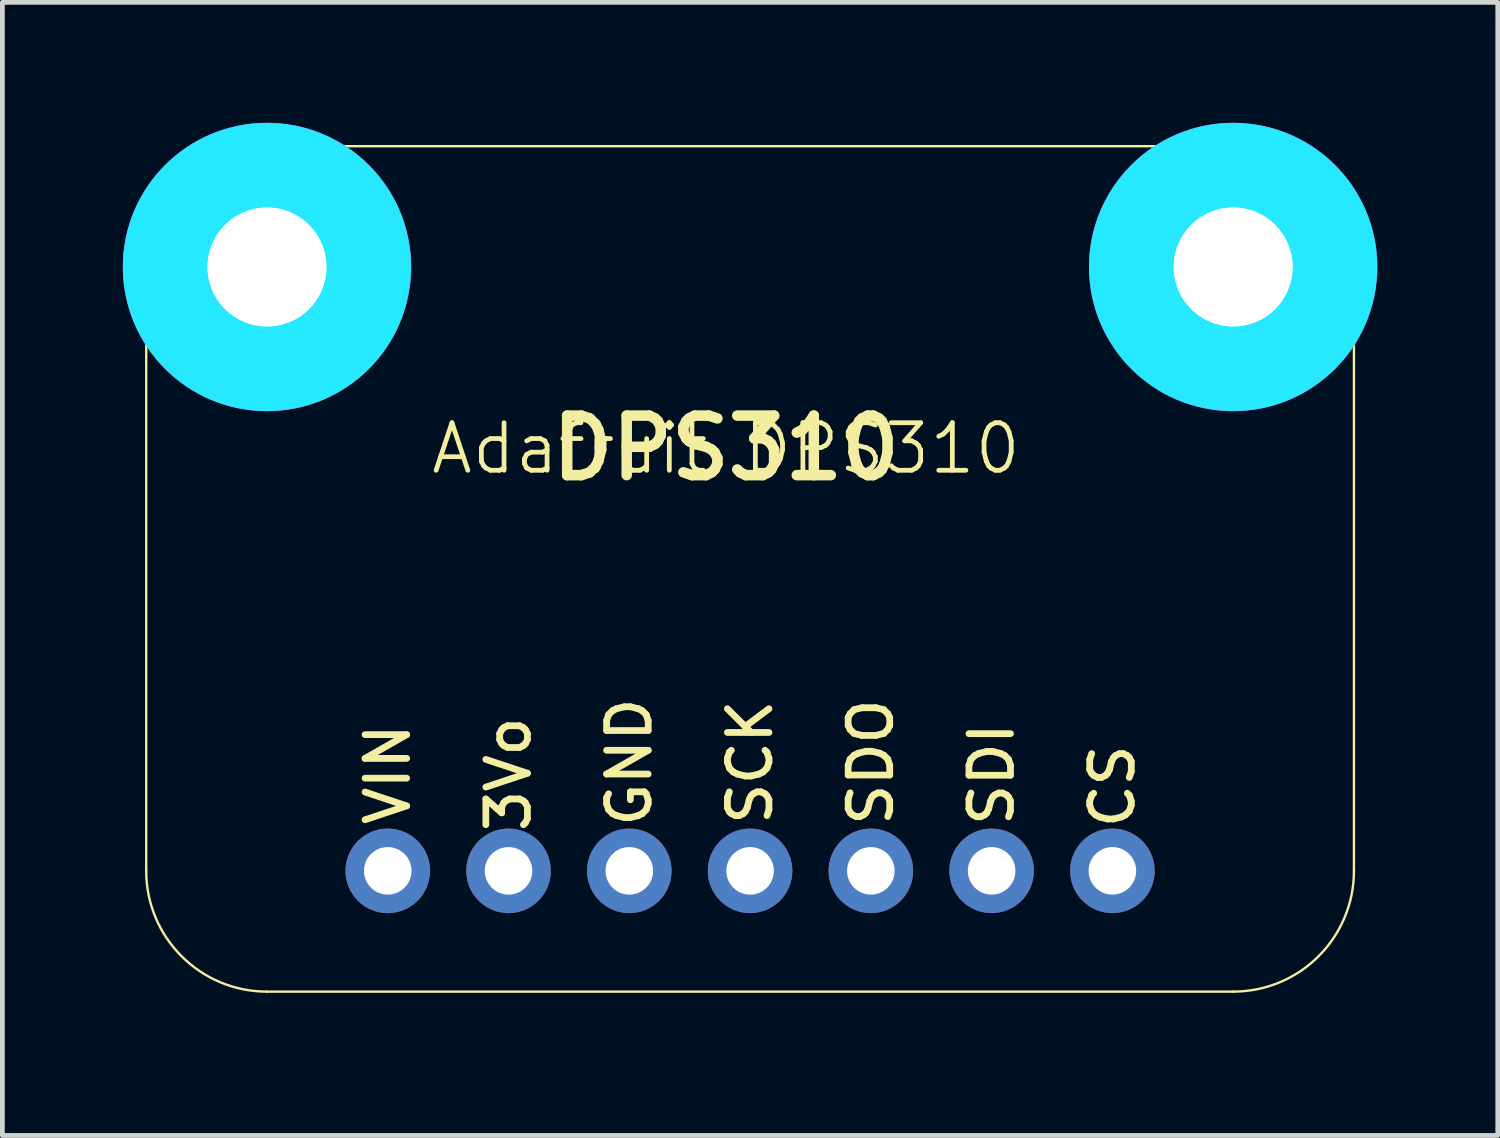
<source format=kicad_pcb>
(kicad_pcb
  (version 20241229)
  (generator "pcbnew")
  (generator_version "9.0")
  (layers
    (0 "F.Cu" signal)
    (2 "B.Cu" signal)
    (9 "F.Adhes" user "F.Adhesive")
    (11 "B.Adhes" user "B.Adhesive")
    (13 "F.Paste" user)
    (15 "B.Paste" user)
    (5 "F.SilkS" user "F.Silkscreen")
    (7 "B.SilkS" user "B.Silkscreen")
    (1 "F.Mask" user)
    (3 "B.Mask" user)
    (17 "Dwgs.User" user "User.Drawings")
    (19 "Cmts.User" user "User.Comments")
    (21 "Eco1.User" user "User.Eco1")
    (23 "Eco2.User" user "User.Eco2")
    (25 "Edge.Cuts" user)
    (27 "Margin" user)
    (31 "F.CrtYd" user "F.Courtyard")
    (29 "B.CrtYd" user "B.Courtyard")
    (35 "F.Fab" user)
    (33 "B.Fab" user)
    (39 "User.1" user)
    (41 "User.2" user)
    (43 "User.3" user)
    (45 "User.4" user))
  (footprint "Adafruit DPS310"
    (layer "F.Cu")
    (at 12.217 6.883)
    (property "Reference" "Adafruit DPS310" (at 0 -0.5 0) (unlocked yes) (layer "F.SilkS") (effects (font (size 1 1) (thickness 0.1))))
    (attr smd)
    (fp_line (start -12.192 -4.318) (end -12.192 8.382) (stroke (width 0.05) (type solid)) (layer "F.SilkS"))
    (fp_line (start -9.652 10.922) (end 10.668 10.922) (stroke (width 0.05) (type solid)) (layer "F.SilkS"))
    (fp_line (start 10.668 -6.858) (end -9.652 -6.858) (stroke (width 0.05) (type solid)) (layer "F.SilkS"))
    (fp_line (start 13.208 8.382) (end 13.208 -4.318) (stroke (width 0.05) (type solid)) (layer "F.SilkS"))
    (fp_arc (start -12.192 -4.318) (mid -11.448051 -6.114051) (end -9.652 -6.858) (stroke (width 0.05) (type solid)) (layer "F.SilkS"))
    (fp_arc (start -9.652 10.922) (mid -11.448051 10.178051) (end -12.192 8.382) (stroke (width 0.05) (type solid)) (layer "F.SilkS"))
    (fp_arc (start 10.668 -6.858) (mid 12.464051 -6.114051) (end 13.208 -4.318) (stroke (width 0.05) (type solid)) (layer "F.SilkS"))
    (fp_arc (start 13.208 8.382) (mid 12.464051 10.178051) (end 10.668 10.922) (stroke (width 0.05) (type solid)) (layer "F.SilkS"))
    (fp_circle (center -9.652 -4.318) (end -7.652 -4.318) (stroke (width 0.203) (type solid)) (fill no) (layer "F.SilkS"))
    (fp_circle (center 10.668 -4.318) (end 12.668 -4.318) (stroke (width 0.203) (type solid)) (fill no) (layer "F.SilkS"))
    (fp_circle (center -9.652 -4.318) (end -8.652 -4.318) (stroke (width 2.032) (type solid)) (fill no) (layer "B.CrtYd"))
    (fp_circle (center 10.668 -4.318) (end 11.668 -4.318) (stroke (width 2.032) (type solid)) (fill no) (layer "B.CrtYd"))
    (fp_circle (center -9.652 -4.318) (end -8.652 -4.318) (stroke (width 2.032) (type solid)) (fill no) (layer "F.CrtYd"))
    (fp_circle (center 10.668 -4.318) (end 11.668 -4.318) (stroke (width 2.032) (type solid)) (fill no) (layer "F.CrtYd"))
    (fp_text user "SCK" (at 0.508 6.096 90) (unlocked yes) (layer "F.SilkS") (effects (font (size 0.874 0.874) (thickness 0.142))))
    (fp_text user "VIN" (at -7.112 6.35 90) (unlocked yes) (layer "F.SilkS") (effects (font (size 0.874 0.874) (thickness 0.142))))
    (fp_text user "CS" (at 8.128 6.604 90) (unlocked yes) (layer "F.SilkS") (effects (font (size 0.874 0.874) (thickness 0.142))))
    (fp_text user "DPS310" (at 0 -0.508 0) (unlocked yes) (layer "F.SilkS") (effects (font (size 1.252 1.252) (thickness 0.221))))
    (fp_text user "3Vo" (at -4.572 6.35 90) (unlocked yes) (layer "F.SilkS") (effects (font (size 0.874 0.874) (thickness 0.142))))
    (fp_text user "SDI" (at 5.588 6.35 90) (unlocked yes) (layer "F.SilkS") (effects (font (size 0.874 0.874) (thickness 0.142))))
    (fp_text user "GND" (at -2.032 6.096 90) (unlocked yes) (layer "F.SilkS") (effects (font (size 0.874 0.874) (thickness 0.142))))
    (fp_text user "SDO" (at 3.048 6.096 90) (unlocked yes) (layer "F.SilkS") (effects (font (size 0.874 0.874) (thickness 0.142))))
    (pad "1" thru_hole circle (at -7.112 8.382 90) (size 1.778 1.778) (drill 1) (layers "*.Cu" "*.Mask"))
    (pad "2" thru_hole circle (at -4.572 8.382 90) (size 1.778 1.778) (drill 1) (layers "*.Cu" "*.Mask"))
    (pad "3" thru_hole circle (at -2.032 8.382 90) (size 1.778 1.778) (drill 1) (layers "*.Cu" "*.Mask"))
    (pad "4" thru_hole circle (at 0.508 8.382 90) (size 1.778 1.778) (drill 1) (layers "*.Cu" "*.Mask"))
    (pad "5" thru_hole circle (at 3.048 8.382 90) (size 1.778 1.778) (drill 1) (layers "*.Cu" "*.Mask"))
    (pad "6" thru_hole circle (at 5.588 8.382 90) (size 1.778 1.778) (drill 1) (layers "*.Cu" "*.Mask"))
    (pad "7" thru_hole circle (at 8.128 8.382 90) (size 1.778 1.778) (drill 1) (layers "*.Cu" "*.Mask"))
    (pad "P$1" thru_hole circle (at -9.652 -4.318) (size 3.2 3.2) (drill 2.5) (layers "*.Cu" "*.Mask"))
    (pad "P$1" thru_hole circle (at -9.652 -4.318) (size 3.2 3.2) (drill 2.5) (layers "*.Cu" "*.Mask"))
    (pad "P$1" thru_hole circle (at 10.668 -4.318) (size 3.2 3.2) (drill 2.5) (layers "*.Cu" "*.Mask"))
    (pad "P$1" thru_hole circle (at 10.668 -4.318) (size 3.2 3.2) (drill 2.5) (layers "*.Cu" "*.Mask"))
    (zone (net_name "") (layer "F.Cu") (hatch edge 0.5) (connect_pads) (min_thickness 0.25) (filled_areas_thickness no) (keepout (tracks not_allowed) (vias not_allowed) (pads not_allowed) (copperpour not_allowed) (footprints allowed)) (placement (enabled no)) (fill) (polygon (pts (xy 4.581 2.565) (xy 4.561 2.284) (xy 4.503 2.009) (xy 4.407 1.745) (xy 4.275 1.497) (xy 4.109 1.269) (xy 3.914 1.067) (xy 3.692 0.894) (xy 3.449 0.753) (xy 3.188 0.648) (xy 2.915 0.58) (xy 2.635 0.55) (xy 2.354 0.56) (xy 2.077 0.609) (xy 1.81 0.696) (xy 1.557 0.819) (xy 1.324 0.976) (xy 1.115 1.165) (xy 0.934 1.38) (xy 0.785 1.619) (xy 0.671 1.875) (xy 0.593 2.146) (xy 0.554 2.424) (xy 0.554 2.706) (xy 0.593 2.984) (xy 0.671 3.255) (xy 0.785 3.511) (xy 0.934 3.75) (xy 1.115 3.965) (xy 1.324 4.154) (xy 1.557 4.311) (xy 1.81 4.434) (xy 2.077 4.521) (xy 2.354 4.57) (xy 2.635 4.58) (xy 2.915 4.55) (xy 3.188 4.482) (xy 3.449 4.377) (xy 3.692 4.236) (xy 3.914 4.063) (xy 4.109 3.861) (xy 4.275 3.633) (xy 4.407 3.385) (xy 4.503 3.121) (xy 4.561 2.846))) (polygon (pts (xy 2.549 2.565) (xy 2.554 2.576) (xy 2.565 2.581) (xy 2.576 2.576) (xy 2.581 2.565) (xy 2.576 2.554) (xy 2.565 2.549) (xy 2.554 2.554))))
    (zone (net_name "") (layer "F.Cu") (hatch edge 0.5) (connect_pads) (min_thickness 0.25) (filled_areas_thickness no) (keepout (tracks not_allowed) (vias not_allowed) (pads not_allowed) (copperpour not_allowed) (footprints allowed)) (placement (enabled no)) (fill) (polygon (pts (xy 24.901 2.565) (xy 24.881 2.284) (xy 24.823 2.009) (xy 24.727 1.745) (xy 24.595 1.497) (xy 24.429 1.269) (xy 24.234 1.067) (xy 24.012 0.894) (xy 23.769 0.753) (xy 23.508 0.648) (xy 23.235 0.58) (xy 22.955 0.55) (xy 22.674 0.56) (xy 22.397 0.609) (xy 22.13 0.696) (xy 21.877 0.819) (xy 21.644 0.976) (xy 21.435 1.165) (xy 21.254 1.38) (xy 21.105 1.619) (xy 20.991 1.875) (xy 20.913 2.146) (xy 20.874 2.424) (xy 20.874 2.706) (xy 20.913 2.984) (xy 20.991 3.255) (xy 21.105 3.511) (xy 21.254 3.75) (xy 21.435 3.965) (xy 21.644 4.154) (xy 21.877 4.311) (xy 22.13 4.434) (xy 22.397 4.521) (xy 22.674 4.57) (xy 22.955 4.58) (xy 23.235 4.55) (xy 23.508 4.482) (xy 23.769 4.377) (xy 24.012 4.236) (xy 24.234 4.063) (xy 24.429 3.861) (xy 24.595 3.633) (xy 24.727 3.385) (xy 24.823 3.121) (xy 24.881 2.846))) (polygon (pts (xy 22.869 2.565) (xy 22.874 2.576) (xy 22.885 2.581) (xy 22.896 2.576) (xy 22.901 2.565) (xy 22.896 2.554) (xy 22.885 2.549) (xy 22.874 2.554))))
    (zone (net_name "") (layer "B.Cu") (hatch edge 0.5) (connect_pads) (min_thickness 0.25) (filled_areas_thickness no) (keepout (tracks not_allowed) (vias not_allowed) (pads not_allowed) (copperpour not_allowed) (footprints allowed)) (placement (enabled no)) (fill) (polygon (pts (xy 4.581 2.565) (xy 4.561 2.284) (xy 4.503 2.009) (xy 4.407 1.745) (xy 4.275 1.497) (xy 4.109 1.269) (xy 3.914 1.067) (xy 3.692 0.894) (xy 3.449 0.753) (xy 3.188 0.648) (xy 2.915 0.58) (xy 2.635 0.55) (xy 2.354 0.56) (xy 2.077 0.609) (xy 1.81 0.696) (xy 1.557 0.819) (xy 1.324 0.976) (xy 1.115 1.165) (xy 0.934 1.38) (xy 0.785 1.619) (xy 0.671 1.875) (xy 0.593 2.146) (xy 0.554 2.424) (xy 0.554 2.706) (xy 0.593 2.984) (xy 0.671 3.255) (xy 0.785 3.511) (xy 0.934 3.75) (xy 1.115 3.965) (xy 1.324 4.154) (xy 1.557 4.311) (xy 1.81 4.434) (xy 2.077 4.521) (xy 2.354 4.57) (xy 2.635 4.58) (xy 2.915 4.55) (xy 3.188 4.482) (xy 3.449 4.377) (xy 3.692 4.236) (xy 3.914 4.063) (xy 4.109 3.861) (xy 4.275 3.633) (xy 4.407 3.385) (xy 4.503 3.121) (xy 4.561 2.846))) (polygon (pts (xy 2.549 2.565) (xy 2.554 2.576) (xy 2.565 2.581) (xy 2.576 2.576) (xy 2.581 2.565) (xy 2.576 2.554) (xy 2.565 2.549) (xy 2.554 2.554))))
    (zone (net_name "") (layer "B.Cu") (hatch edge 0.5) (connect_pads) (min_thickness 0.25) (filled_areas_thickness no) (keepout (tracks not_allowed) (vias not_allowed) (pads not_allowed) (copperpour not_allowed) (footprints allowed)) (placement (enabled no)) (fill) (polygon (pts (xy 24.901 2.565) (xy 24.881 2.284) (xy 24.823 2.009) (xy 24.727 1.745) (xy 24.595 1.497) (xy 24.429 1.269) (xy 24.234 1.067) (xy 24.012 0.894) (xy 23.769 0.753) (xy 23.508 0.648) (xy 23.235 0.58) (xy 22.955 0.55) (xy 22.674 0.56) (xy 22.397 0.609) (xy 22.13 0.696) (xy 21.877 0.819) (xy 21.644 0.976) (xy 21.435 1.165) (xy 21.254 1.38) (xy 21.105 1.619) (xy 20.991 1.875) (xy 20.913 2.146) (xy 20.874 2.424) (xy 20.874 2.706) (xy 20.913 2.984) (xy 20.991 3.255) (xy 21.105 3.511) (xy 21.254 3.75) (xy 21.435 3.965) (xy 21.644 4.154) (xy 21.877 4.311) (xy 22.13 4.434) (xy 22.397 4.521) (xy 22.674 4.57) (xy 22.955 4.58) (xy 23.235 4.55) (xy 23.508 4.482) (xy 23.769 4.377) (xy 24.012 4.236) (xy 24.234 4.063) (xy 24.429 3.861) (xy 24.595 3.633) (xy 24.727 3.385) (xy 24.823 3.121) (xy 24.881 2.846))) (polygon (pts (xy 22.869 2.565) (xy 22.874 2.576) (xy 22.885 2.581) (xy 22.896 2.576) (xy 22.901 2.565) (xy 22.896 2.554) (xy 22.885 2.549) (xy 22.874 2.554)))))
  (gr_rect
    (start -3 -3)
    (end 28.45 20.83)
    (stroke (width 0.1) (type default))
    (fill no)
    (layer "Edge.Cuts")))
</source>
